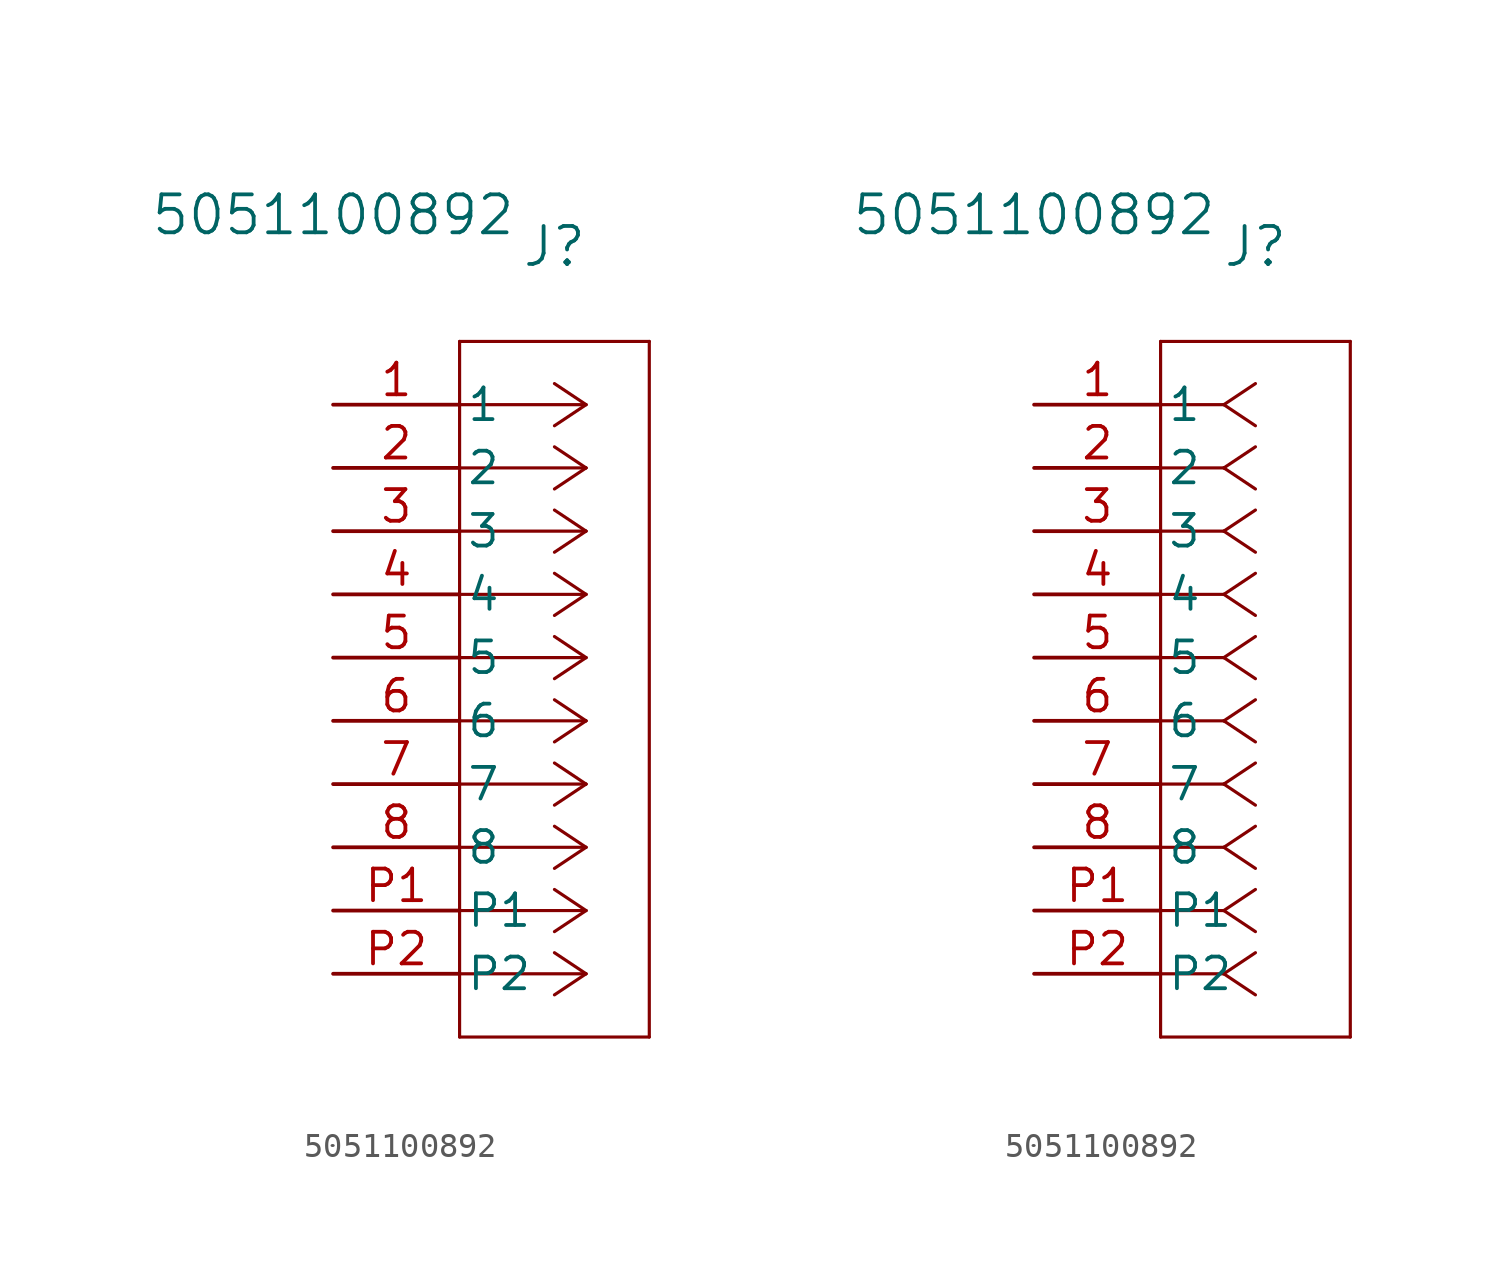
<source format=kicad_sym>
(kicad_symbol_lib
  (version 20220914)
  (generator kicad_symbol_editor)
  (symbol "5051100892"
    (pin_names
      (offset 0.254))
    (property "Reference" "J"
      (at 8.89 6.35 0)
      (effects (font (size 1.524 1.524))))
    (property "Value" "5051100892"
      (at 0 7.62 0)
      (effects (font (size 1.524 1.524))))
    (property "ki_locked" ""
      (at 0 0 0)
      (effects (font (size 1.27 1.27))))
    (symbol "5051100892_1_1"
      (polyline (pts (xy 5.08 -25.4) (xy 12.7 -25.4)) (stroke (width 0.127) (type default)) (fill (type none)))
      (polyline (pts (xy 5.08 2.54) (xy 5.08 -25.4)) (stroke (width 0.127) (type default)) (fill (type none)))
      (polyline (pts (xy 10.16 -22.86) (xy 5.08 -22.86)) (stroke (width 0.127) (type default)) (fill (type none)))
      (polyline (pts (xy 10.16 -22.86) (xy 8.89 -23.707)) (stroke (width 0.127) (type default)) (fill (type none)))
      (polyline (pts (xy 10.16 -22.86) (xy 8.89 -22.013)) (stroke (width 0.127) (type default)) (fill (type none)))
      (polyline (pts (xy 10.16 -20.32) (xy 5.08 -20.32)) (stroke (width 0.127) (type default)) (fill (type none)))
      (polyline (pts (xy 10.16 -20.32) (xy 8.89 -21.167)) (stroke (width 0.127) (type default)) (fill (type none)))
      (polyline (pts (xy 10.16 -20.32) (xy 8.89 -19.473)) (stroke (width 0.127) (type default)) (fill (type none)))
      (polyline (pts (xy 10.16 -17.78) (xy 5.08 -17.78)) (stroke (width 0.127) (type default)) (fill (type none)))
      (polyline (pts (xy 10.16 -17.78) (xy 8.89 -18.627)) (stroke (width 0.127) (type default)) (fill (type none)))
      (polyline (pts (xy 10.16 -17.78) (xy 8.89 -16.933)) (stroke (width 0.127) (type default)) (fill (type none)))
      (polyline (pts (xy 10.16 -15.24) (xy 5.08 -15.24)) (stroke (width 0.127) (type default)) (fill (type none)))
      (polyline (pts (xy 10.16 -15.24) (xy 8.89 -16.087)) (stroke (width 0.127) (type default)) (fill (type none)))
      (polyline (pts (xy 10.16 -15.24) (xy 8.89 -14.393)) (stroke (width 0.127) (type default)) (fill (type none)))
      (polyline (pts (xy 10.16 -12.7) (xy 5.08 -12.7)) (stroke (width 0.127) (type default)) (fill (type none)))
      (polyline (pts (xy 10.16 -12.7) (xy 8.89 -13.547)) (stroke (width 0.127) (type default)) (fill (type none)))
      (polyline (pts (xy 10.16 -12.7) (xy 8.89 -11.853)) (stroke (width 0.127) (type default)) (fill (type none)))
      (polyline (pts (xy 10.16 -10.16) (xy 5.08 -10.16)) (stroke (width 0.127) (type default)) (fill (type none)))
      (polyline (pts (xy 10.16 -10.16) (xy 8.89 -11.007)) (stroke (width 0.127) (type default)) (fill (type none)))
      (polyline (pts (xy 10.16 -10.16) (xy 8.89 -9.313)) (stroke (width 0.127) (type default)) (fill (type none)))
      (polyline (pts (xy 10.16 -7.62) (xy 5.08 -7.62)) (stroke (width 0.127) (type default)) (fill (type none)))
      (polyline (pts (xy 10.16 -7.62) (xy 8.89 -8.467)) (stroke (width 0.127) (type default)) (fill (type none)))
      (polyline (pts (xy 10.16 -7.62) (xy 8.89 -6.773)) (stroke (width 0.127) (type default)) (fill (type none)))
      (polyline (pts (xy 10.16 -5.08) (xy 5.08 -5.08)) (stroke (width 0.127) (type default)) (fill (type none)))
      (polyline (pts (xy 10.16 -5.08) (xy 8.89 -5.927)) (stroke (width 0.127) (type default)) (fill (type none)))
      (polyline (pts (xy 10.16 -5.08) (xy 8.89 -4.233)) (stroke (width 0.127) (type default)) (fill (type none)))
      (polyline (pts (xy 10.16 -2.54) (xy 5.08 -2.54)) (stroke (width 0.127) (type default)) (fill (type none)))
      (polyline (pts (xy 10.16 -2.54) (xy 8.89 -3.387)) (stroke (width 0.127) (type default)) (fill (type none)))
      (polyline (pts (xy 10.16 -2.54) (xy 8.89 -1.693)) (stroke (width 0.127) (type default)) (fill (type none)))
      (polyline (pts (xy 10.16 0) (xy 5.08 0)) (stroke (width 0.127) (type default)) (fill (type none)))
      (polyline (pts (xy 10.16 0) (xy 8.89 -0.847)) (stroke (width 0.127) (type default)) (fill (type none)))
      (polyline (pts (xy 10.16 0) (xy 8.89 0.847)) (stroke (width 0.127) (type default)) (fill (type none)))
      (polyline (pts (xy 12.7 -25.4) (xy 12.7 2.54)) (stroke (width 0.127) (type default)) (fill (type none)))
      (polyline (pts (xy 12.7 2.54) (xy 5.08 2.54)) (stroke (width 0.127) (type default)) (fill (type none)))
      (pin unspecified line (at 0 0 0) (length 5.08) (name "1" (effects (font (size 1.27 1.27)))) (number "1" (effects (font (size 1.27 1.27)))))
      (pin unspecified line (at 0 -2.54 0) (length 5.08) (name "2" (effects (font (size 1.27 1.27)))) (number "2" (effects (font (size 1.27 1.27)))))
      (pin unspecified line (at 0 -5.08 0) (length 5.08) (name "3" (effects (font (size 1.27 1.27)))) (number "3" (effects (font (size 1.27 1.27)))))
      (pin unspecified line (at 0 -7.62 0) (length 5.08) (name "4" (effects (font (size 1.27 1.27)))) (number "4" (effects (font (size 1.27 1.27)))))
      (pin unspecified line (at 0 -10.16 0) (length 5.08) (name "5" (effects (font (size 1.27 1.27)))) (number "5" (effects (font (size 1.27 1.27)))))
      (pin unspecified line (at 0 -12.7 0) (length 5.08) (name "6" (effects (font (size 1.27 1.27)))) (number "6" (effects (font (size 1.27 1.27)))))
      (pin unspecified line (at 0 -15.24 0) (length 5.08) (name "7" (effects (font (size 1.27 1.27)))) (number "7" (effects (font (size 1.27 1.27)))))
      (pin unspecified line (at 0 -17.78 0) (length 5.08) (name "8" (effects (font (size 1.27 1.27)))) (number "8" (effects (font (size 1.27 1.27)))))
      (pin unspecified line (at 0 -20.32 0) (length 5.08) (name "P1" (effects (font (size 1.27 1.27)))) (number "P1" (effects (font (size 1.27 1.27)))))
      (pin unspecified line (at 0 -22.86 0) (length 5.08) (name "P2" (effects (font (size 1.27 1.27)))) (number "P2" (effects (font (size 1.27 1.27))))))
    (symbol "5051100892_1_2"
      (polyline (pts (xy 5.08 -25.4) (xy 12.7 -25.4)) (stroke (width 0.127) (type default)) (fill (type none)))
      (polyline (pts (xy 5.08 2.54) (xy 5.08 -25.4)) (stroke (width 0.127) (type default)) (fill (type none)))
      (polyline (pts (xy 7.62 -22.86) (xy 5.08 -22.86)) (stroke (width 0.127) (type default)) (fill (type none)))
      (polyline (pts (xy 7.62 -22.86) (xy 8.89 -23.707)) (stroke (width 0.127) (type default)) (fill (type none)))
      (polyline (pts (xy 7.62 -22.86) (xy 8.89 -22.013)) (stroke (width 0.127) (type default)) (fill (type none)))
      (polyline (pts (xy 7.62 -20.32) (xy 5.08 -20.32)) (stroke (width 0.127) (type default)) (fill (type none)))
      (polyline (pts (xy 7.62 -20.32) (xy 8.89 -21.167)) (stroke (width 0.127) (type default)) (fill (type none)))
      (polyline (pts (xy 7.62 -20.32) (xy 8.89 -19.473)) (stroke (width 0.127) (type default)) (fill (type none)))
      (polyline (pts (xy 7.62 -17.78) (xy 5.08 -17.78)) (stroke (width 0.127) (type default)) (fill (type none)))
      (polyline (pts (xy 7.62 -17.78) (xy 8.89 -18.627)) (stroke (width 0.127) (type default)) (fill (type none)))
      (polyline (pts (xy 7.62 -17.78) (xy 8.89 -16.933)) (stroke (width 0.127) (type default)) (fill (type none)))
      (polyline (pts (xy 7.62 -15.24) (xy 5.08 -15.24)) (stroke (width 0.127) (type default)) (fill (type none)))
      (polyline (pts (xy 7.62 -15.24) (xy 8.89 -16.087)) (stroke (width 0.127) (type default)) (fill (type none)))
      (polyline (pts (xy 7.62 -15.24) (xy 8.89 -14.393)) (stroke (width 0.127) (type default)) (fill (type none)))
      (polyline (pts (xy 7.62 -12.7) (xy 5.08 -12.7)) (stroke (width 0.127) (type default)) (fill (type none)))
      (polyline (pts (xy 7.62 -12.7) (xy 8.89 -13.547)) (stroke (width 0.127) (type default)) (fill (type none)))
      (polyline (pts (xy 7.62 -12.7) (xy 8.89 -11.853)) (stroke (width 0.127) (type default)) (fill (type none)))
      (polyline (pts (xy 7.62 -10.16) (xy 5.08 -10.16)) (stroke (width 0.127) (type default)) (fill (type none)))
      (polyline (pts (xy 7.62 -10.16) (xy 8.89 -11.007)) (stroke (width 0.127) (type default)) (fill (type none)))
      (polyline (pts (xy 7.62 -10.16) (xy 8.89 -9.313)) (stroke (width 0.127) (type default)) (fill (type none)))
      (polyline (pts (xy 7.62 -7.62) (xy 5.08 -7.62)) (stroke (width 0.127) (type default)) (fill (type none)))
      (polyline (pts (xy 7.62 -7.62) (xy 8.89 -8.467)) (stroke (width 0.127) (type default)) (fill (type none)))
      (polyline (pts (xy 7.62 -7.62) (xy 8.89 -6.773)) (stroke (width 0.127) (type default)) (fill (type none)))
      (polyline (pts (xy 7.62 -5.08) (xy 5.08 -5.08)) (stroke (width 0.127) (type default)) (fill (type none)))
      (polyline (pts (xy 7.62 -5.08) (xy 8.89 -5.927)) (stroke (width 0.127) (type default)) (fill (type none)))
      (polyline (pts (xy 7.62 -5.08) (xy 8.89 -4.233)) (stroke (width 0.127) (type default)) (fill (type none)))
      (polyline (pts (xy 7.62 -2.54) (xy 5.08 -2.54)) (stroke (width 0.127) (type default)) (fill (type none)))
      (polyline (pts (xy 7.62 -2.54) (xy 8.89 -3.387)) (stroke (width 0.127) (type default)) (fill (type none)))
      (polyline (pts (xy 7.62 -2.54) (xy 8.89 -1.693)) (stroke (width 0.127) (type default)) (fill (type none)))
      (polyline (pts (xy 7.62 0) (xy 5.08 0)) (stroke (width 0.127) (type default)) (fill (type none)))
      (polyline (pts (xy 7.62 0) (xy 8.89 -0.847)) (stroke (width 0.127) (type default)) (fill (type none)))
      (polyline (pts (xy 7.62 0) (xy 8.89 0.847)) (stroke (width 0.127) (type default)) (fill (type none)))
      (polyline (pts (xy 12.7 -25.4) (xy 12.7 2.54)) (stroke (width 0.127) (type default)) (fill (type none)))
      (polyline (pts (xy 12.7 2.54) (xy 5.08 2.54)) (stroke (width 0.127) (type default)) (fill (type none)))
      (pin unspecified line (at 0 0 0) (length 5.08) (name "1" (effects (font (size 1.27 1.27)))) (number "1" (effects (font (size 1.27 1.27)))))
      (pin unspecified line (at 0 -2.54 0) (length 5.08) (name "2" (effects (font (size 1.27 1.27)))) (number "2" (effects (font (size 1.27 1.27)))))
      (pin unspecified line (at 0 -5.08 0) (length 5.08) (name "3" (effects (font (size 1.27 1.27)))) (number "3" (effects (font (size 1.27 1.27)))))
      (pin unspecified line (at 0 -7.62 0) (length 5.08) (name "4" (effects (font (size 1.27 1.27)))) (number "4" (effects (font (size 1.27 1.27)))))
      (pin unspecified line (at 0 -10.16 0) (length 5.08) (name "5" (effects (font (size 1.27 1.27)))) (number "5" (effects (font (size 1.27 1.27)))))
      (pin unspecified line (at 0 -12.7 0) (length 5.08) (name "6" (effects (font (size 1.27 1.27)))) (number "6" (effects (font (size 1.27 1.27)))))
      (pin unspecified line (at 0 -15.24 0) (length 5.08) (name "7" (effects (font (size 1.27 1.27)))) (number "7" (effects (font (size 1.27 1.27)))))
      (pin unspecified line (at 0 -17.78 0) (length 5.08) (name "8" (effects (font (size 1.27 1.27)))) (number "8" (effects (font (size 1.27 1.27)))))
      (pin unspecified line (at 0 -20.32 0) (length 5.08) (name "P1" (effects (font (size 1.27 1.27)))) (number "P1" (effects (font (size 1.27 1.27)))))
      (pin unspecified line (at 0 -22.86 0) (length 5.08) (name "P2" (effects (font (size 1.27 1.27)))) (number "P2" (effects (font (size 1.27 1.27))))))))
</source>
